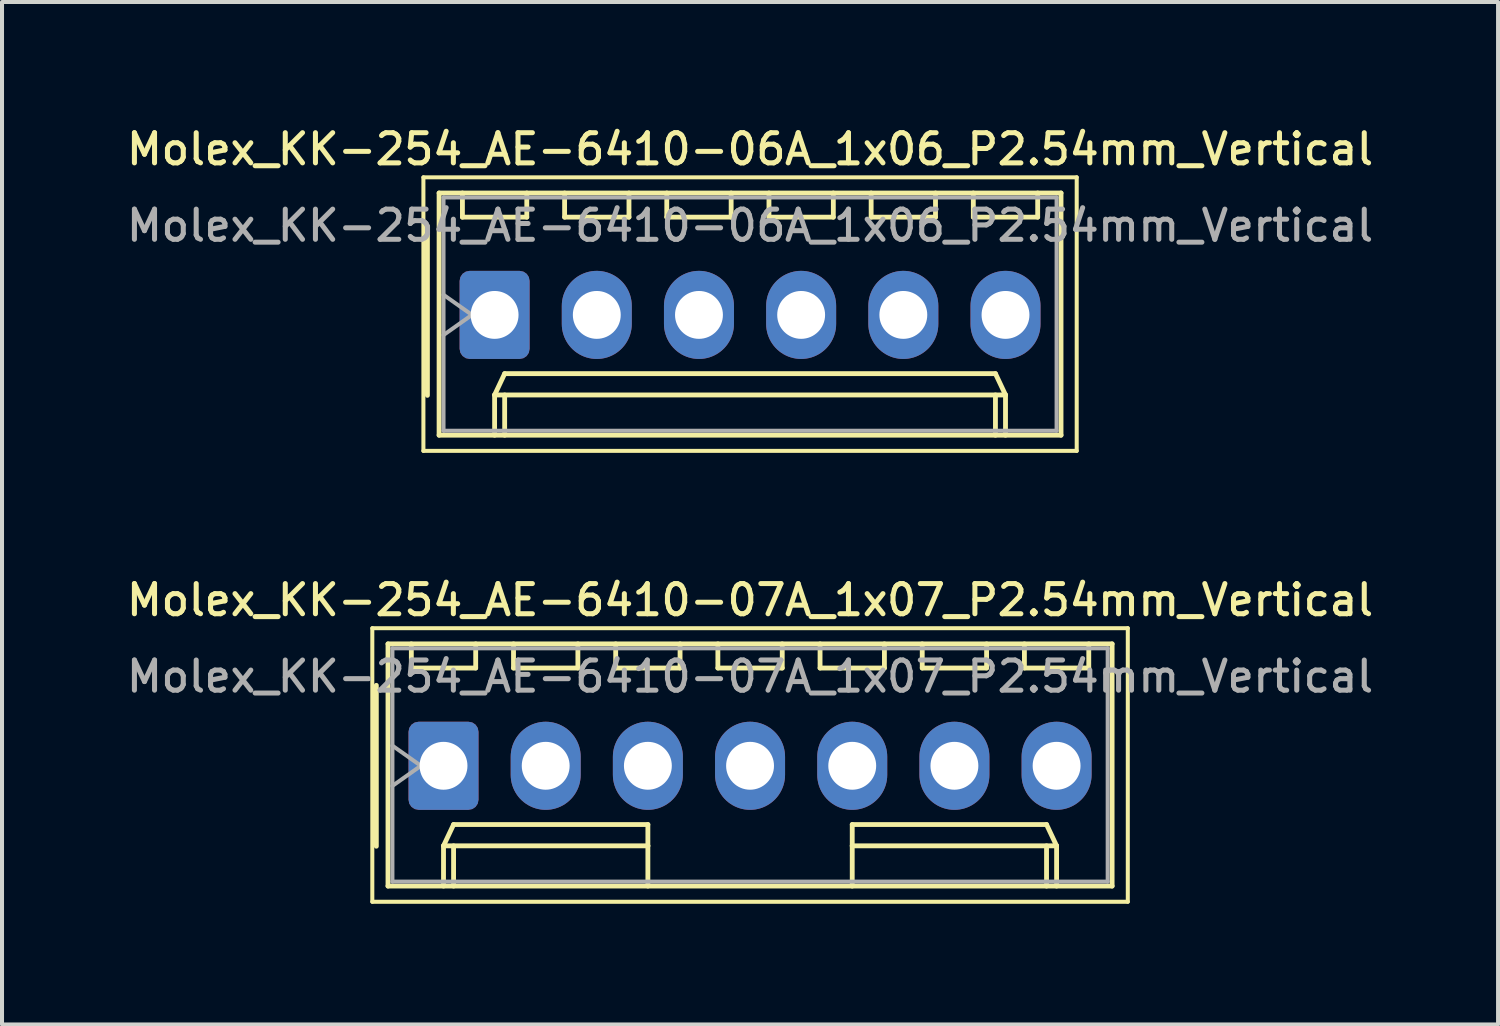
<source format=kicad_pcb>
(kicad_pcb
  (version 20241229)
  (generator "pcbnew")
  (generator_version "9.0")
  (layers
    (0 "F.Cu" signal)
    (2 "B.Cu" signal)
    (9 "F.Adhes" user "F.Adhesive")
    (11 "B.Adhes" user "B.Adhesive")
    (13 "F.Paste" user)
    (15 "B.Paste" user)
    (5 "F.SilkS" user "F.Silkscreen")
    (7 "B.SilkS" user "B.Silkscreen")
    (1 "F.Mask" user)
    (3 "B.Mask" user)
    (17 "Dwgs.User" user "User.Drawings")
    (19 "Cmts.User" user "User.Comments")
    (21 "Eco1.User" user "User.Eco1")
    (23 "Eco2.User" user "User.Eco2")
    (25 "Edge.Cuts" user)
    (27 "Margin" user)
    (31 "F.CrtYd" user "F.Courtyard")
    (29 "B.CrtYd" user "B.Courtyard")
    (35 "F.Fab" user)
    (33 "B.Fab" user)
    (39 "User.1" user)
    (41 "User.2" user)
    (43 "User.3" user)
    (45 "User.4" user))
  (footprint "Molex_KK-254_AE-6410-06A_1x06_P2.54mm_Vertical"
    (layer "F.Cu")
    (at 9.245 4.778)
    (property "Reference" "Molex_KK-254_AE-6410-06A_1x06_P2.54mm_Vertical" (at 6.35 -4.12 0) (layer "F.SilkS") (effects (font (size 0.75 0.75) (thickness 0.125))))
    (attr through_hole)
    (fp_line (start -1.77 -3.42) (end -1.77 3.38) (stroke (width 0.1) (type solid)) (layer "F.SilkS"))
    (fp_line (start -1.77 3.38) (end 14.47 3.38) (stroke (width 0.1) (type solid)) (layer "F.SilkS"))
    (fp_line (start -1.67 -2) (end -1.67 2) (stroke (width 0.12) (type solid)) (layer "F.SilkS"))
    (fp_line (start -1.38 -3.03) (end -1.38 2.99) (stroke (width 0.12) (type solid)) (layer "F.SilkS"))
    (fp_line (start -1.38 2.99) (end 14.08 2.99) (stroke (width 0.12) (type solid)) (layer "F.SilkS"))
    (fp_line (start -0.8 -3.03) (end -0.8 -2.43) (stroke (width 0.12) (type solid)) (layer "F.SilkS"))
    (fp_line (start -0.8 -2.43) (end 0.8 -2.43) (stroke (width 0.12) (type solid)) (layer "F.SilkS"))
    (fp_line (start 0 1.99) (end 0.25 1.46) (stroke (width 0.12) (type solid)) (layer "F.SilkS"))
    (fp_line (start 0 1.99) (end 12.7 1.99) (stroke (width 0.12) (type solid)) (layer "F.SilkS"))
    (fp_line (start 0 2.99) (end 0 1.99) (stroke (width 0.12) (type solid)) (layer "F.SilkS"))
    (fp_line (start 0.25 1.46) (end 12.45 1.46) (stroke (width 0.12) (type solid)) (layer "F.SilkS"))
    (fp_line (start 0.25 2.99) (end 0.25 1.99) (stroke (width 0.12) (type solid)) (layer "F.SilkS"))
    (fp_line (start 0.8 -2.43) (end 0.8 -3.03) (stroke (width 0.12) (type solid)) (layer "F.SilkS"))
    (fp_line (start 1.74 -3.03) (end 1.74 -2.43) (stroke (width 0.12) (type solid)) (layer "F.SilkS"))
    (fp_line (start 1.74 -2.43) (end 3.34 -2.43) (stroke (width 0.12) (type solid)) (layer "F.SilkS"))
    (fp_line (start 3.34 -2.43) (end 3.34 -3.03) (stroke (width 0.12) (type solid)) (layer "F.SilkS"))
    (fp_line (start 4.28 -3.03) (end 4.28 -2.43) (stroke (width 0.12) (type solid)) (layer "F.SilkS"))
    (fp_line (start 4.28 -2.43) (end 5.88 -2.43) (stroke (width 0.12) (type solid)) (layer "F.SilkS"))
    (fp_line (start 5.88 -2.43) (end 5.88 -3.03) (stroke (width 0.12) (type solid)) (layer "F.SilkS"))
    (fp_line (start 6.82 -3.03) (end 6.82 -2.43) (stroke (width 0.12) (type solid)) (layer "F.SilkS"))
    (fp_line (start 6.82 -2.43) (end 8.42 -2.43) (stroke (width 0.12) (type solid)) (layer "F.SilkS"))
    (fp_line (start 8.42 -2.43) (end 8.42 -3.03) (stroke (width 0.12) (type solid)) (layer "F.SilkS"))
    (fp_line (start 9.36 -3.03) (end 9.36 -2.43) (stroke (width 0.12) (type solid)) (layer "F.SilkS"))
    (fp_line (start 9.36 -2.43) (end 10.96 -2.43) (stroke (width 0.12) (type solid)) (layer "F.SilkS"))
    (fp_line (start 10.96 -2.43) (end 10.96 -3.03) (stroke (width 0.12) (type solid)) (layer "F.SilkS"))
    (fp_line (start 11.9 -3.03) (end 11.9 -2.43) (stroke (width 0.12) (type solid)) (layer "F.SilkS"))
    (fp_line (start 11.9 -2.43) (end 13.5 -2.43) (stroke (width 0.12) (type solid)) (layer "F.SilkS"))
    (fp_line (start 12.45 1.46) (end 12.7 1.99) (stroke (width 0.12) (type solid)) (layer "F.SilkS"))
    (fp_line (start 12.45 2.99) (end 12.45 1.99) (stroke (width 0.12) (type solid)) (layer "F.SilkS"))
    (fp_line (start 12.7 1.99) (end 12.7 2.99) (stroke (width 0.12) (type solid)) (layer "F.SilkS"))
    (fp_line (start 13.5 -2.43) (end 13.5 -3.03) (stroke (width 0.12) (type solid)) (layer "F.SilkS"))
    (fp_line (start 14.08 -3.03) (end -1.38 -3.03) (stroke (width 0.12) (type solid)) (layer "F.SilkS"))
    (fp_line (start 14.08 2.99) (end 14.08 -3.03) (stroke (width 0.12) (type solid)) (layer "F.SilkS"))
    (fp_line (start 14.47 -3.42) (end -1.77 -3.42) (stroke (width 0.1) (type solid)) (layer "F.SilkS"))
    (fp_line (start 14.47 3.38) (end 14.47 -3.42) (stroke (width 0.1) (type solid)) (layer "F.SilkS"))
    (fp_line (start -1.27 -2.92) (end -1.27 2.88) (stroke (width 0.1) (type solid)) (layer "F.Fab"))
    (fp_line (start -1.27 -0.5) (end -0.563 0) (stroke (width 0.1) (type solid)) (layer "F.Fab"))
    (fp_line (start -1.27 2.88) (end 13.97 2.88) (stroke (width 0.1) (type solid)) (layer "F.Fab"))
    (fp_line (start -0.563 0) (end -1.27 0.5) (stroke (width 0.1) (type solid)) (layer "F.Fab"))
    (fp_line (start 13.97 -2.92) (end -1.27 -2.92) (stroke (width 0.1) (type solid)) (layer "F.Fab"))
    (fp_line (start 13.97 2.88) (end 13.97 -2.92) (stroke (width 0.1) (type solid)) (layer "F.Fab"))
    (fp_text user "${REFERENCE}" (at 6.35 -2.22 0) (layer "F.Fab") (effects (font (size 0.75 0.75) (thickness 0.125))))
    (pad "1" thru_hole roundrect (at 0 0) (size 1.74 2.19) (drill 1.19) (layers "*.Cu" "*.Mask") (roundrect_rratio 0.144))
    (pad "2" thru_hole oval (at 2.54 0) (size 1.74 2.19) (drill 1.19) (layers "*.Cu" "*.Mask"))
    (pad "3" thru_hole oval (at 5.08 0) (size 1.74 2.19) (drill 1.19) (layers "*.Cu" "*.Mask"))
    (pad "4" thru_hole oval (at 7.62 0) (size 1.74 2.19) (drill 1.19) (layers "*.Cu" "*.Mask"))
    (pad "5" thru_hole oval (at 10.16 0) (size 1.74 2.19) (drill 1.19) (layers "*.Cu" "*.Mask"))
    (pad "6" thru_hole oval (at 12.7 0) (size 1.74 2.19) (drill 1.19) (layers "*.Cu" "*.Mask")))
  (footprint "Molex_KK-254_AE-6410-07A_1x07_P2.54mm_Vertical"
    (layer "F.Cu")
    (at 7.975 15.986)
    (property "Reference" "Molex_KK-254_AE-6410-07A_1x07_P2.54mm_Vertical" (at 7.62 -4.12 0) (layer "F.SilkS") (effects (font (size 0.75 0.75) (thickness 0.125))))
    (attr through_hole)
    (fp_line (start -1.77 -3.42) (end -1.77 3.38) (stroke (width 0.1) (type solid)) (layer "F.SilkS"))
    (fp_line (start -1.77 3.38) (end 17.01 3.38) (stroke (width 0.1) (type solid)) (layer "F.SilkS"))
    (fp_line (start -1.67 -2) (end -1.67 2) (stroke (width 0.12) (type solid)) (layer "F.SilkS"))
    (fp_line (start -1.38 -3.03) (end -1.38 2.99) (stroke (width 0.12) (type solid)) (layer "F.SilkS"))
    (fp_line (start -1.38 2.99) (end 16.62 2.99) (stroke (width 0.12) (type solid)) (layer "F.SilkS"))
    (fp_line (start -0.8 -3.03) (end -0.8 -2.43) (stroke (width 0.12) (type solid)) (layer "F.SilkS"))
    (fp_line (start -0.8 -2.43) (end 0.8 -2.43) (stroke (width 0.12) (type solid)) (layer "F.SilkS"))
    (fp_line (start 0 1.99) (end 0.25 1.46) (stroke (width 0.12) (type solid)) (layer "F.SilkS"))
    (fp_line (start 0 1.99) (end 5.08 1.99) (stroke (width 0.12) (type solid)) (layer "F.SilkS"))
    (fp_line (start 0 2.99) (end 0 1.99) (stroke (width 0.12) (type solid)) (layer "F.SilkS"))
    (fp_line (start 0.25 1.46) (end 5.08 1.46) (stroke (width 0.12) (type solid)) (layer "F.SilkS"))
    (fp_line (start 0.25 2.99) (end 0.25 1.99) (stroke (width 0.12) (type solid)) (layer "F.SilkS"))
    (fp_line (start 0.8 -2.43) (end 0.8 -3.03) (stroke (width 0.12) (type solid)) (layer "F.SilkS"))
    (fp_line (start 1.74 -3.03) (end 1.74 -2.43) (stroke (width 0.12) (type solid)) (layer "F.SilkS"))
    (fp_line (start 1.74 -2.43) (end 3.34 -2.43) (stroke (width 0.12) (type solid)) (layer "F.SilkS"))
    (fp_line (start 3.34 -2.43) (end 3.34 -3.03) (stroke (width 0.12) (type solid)) (layer "F.SilkS"))
    (fp_line (start 4.28 -3.03) (end 4.28 -2.43) (stroke (width 0.12) (type solid)) (layer "F.SilkS"))
    (fp_line (start 4.28 -2.43) (end 5.88 -2.43) (stroke (width 0.12) (type solid)) (layer "F.SilkS"))
    (fp_line (start 5.08 1.46) (end 5.08 1.99) (stroke (width 0.12) (type solid)) (layer "F.SilkS"))
    (fp_line (start 5.08 1.99) (end 5.08 2.99) (stroke (width 0.12) (type solid)) (layer "F.SilkS"))
    (fp_line (start 5.88 -2.43) (end 5.88 -3.03) (stroke (width 0.12) (type solid)) (layer "F.SilkS"))
    (fp_line (start 6.82 -3.03) (end 6.82 -2.43) (stroke (width 0.12) (type solid)) (layer "F.SilkS"))
    (fp_line (start 6.82 -2.43) (end 8.42 -2.43) (stroke (width 0.12) (type solid)) (layer "F.SilkS"))
    (fp_line (start 8.42 -2.43) (end 8.42 -3.03) (stroke (width 0.12) (type solid)) (layer "F.SilkS"))
    (fp_line (start 9.36 -3.03) (end 9.36 -2.43) (stroke (width 0.12) (type solid)) (layer "F.SilkS"))
    (fp_line (start 9.36 -2.43) (end 10.96 -2.43) (stroke (width 0.12) (type solid)) (layer "F.SilkS"))
    (fp_line (start 10.16 1.46) (end 10.16 1.99) (stroke (width 0.12) (type solid)) (layer "F.SilkS"))
    (fp_line (start 10.16 1.99) (end 10.16 2.99) (stroke (width 0.12) (type solid)) (layer "F.SilkS"))
    (fp_line (start 10.96 -2.43) (end 10.96 -3.03) (stroke (width 0.12) (type solid)) (layer "F.SilkS"))
    (fp_line (start 11.9 -3.03) (end 11.9 -2.43) (stroke (width 0.12) (type solid)) (layer "F.SilkS"))
    (fp_line (start 11.9 -2.43) (end 13.5 -2.43) (stroke (width 0.12) (type solid)) (layer "F.SilkS"))
    (fp_line (start 13.5 -2.43) (end 13.5 -3.03) (stroke (width 0.12) (type solid)) (layer "F.SilkS"))
    (fp_line (start 14.44 -3.03) (end 14.44 -2.43) (stroke (width 0.12) (type solid)) (layer "F.SilkS"))
    (fp_line (start 14.44 -2.43) (end 16.04 -2.43) (stroke (width 0.12) (type solid)) (layer "F.SilkS"))
    (fp_line (start 14.99 1.46) (end 10.16 1.46) (stroke (width 0.12) (type solid)) (layer "F.SilkS"))
    (fp_line (start 14.99 2.99) (end 14.99 1.99) (stroke (width 0.12) (type solid)) (layer "F.SilkS"))
    (fp_line (start 15.24 1.99) (end 10.16 1.99) (stroke (width 0.12) (type solid)) (layer "F.SilkS"))
    (fp_line (start 15.24 1.99) (end 14.99 1.46) (stroke (width 0.12) (type solid)) (layer "F.SilkS"))
    (fp_line (start 15.24 2.99) (end 15.24 1.99) (stroke (width 0.12) (type solid)) (layer "F.SilkS"))
    (fp_line (start 16.04 -2.43) (end 16.04 -3.03) (stroke (width 0.12) (type solid)) (layer "F.SilkS"))
    (fp_line (start 16.62 -3.03) (end -1.38 -3.03) (stroke (width 0.12) (type solid)) (layer "F.SilkS"))
    (fp_line (start 16.62 2.99) (end 16.62 -3.03) (stroke (width 0.12) (type solid)) (layer "F.SilkS"))
    (fp_line (start 17.01 -3.42) (end -1.77 -3.42) (stroke (width 0.1) (type solid)) (layer "F.SilkS"))
    (fp_line (start 17.01 3.38) (end 17.01 -3.42) (stroke (width 0.1) (type solid)) (layer "F.SilkS"))
    (fp_line (start -1.27 -2.92) (end -1.27 2.88) (stroke (width 0.1) (type solid)) (layer "F.Fab"))
    (fp_line (start -1.27 -0.5) (end -0.563 0) (stroke (width 0.1) (type solid)) (layer "F.Fab"))
    (fp_line (start -1.27 2.88) (end 16.51 2.88) (stroke (width 0.1) (type solid)) (layer "F.Fab"))
    (fp_line (start -0.563 0) (end -1.27 0.5) (stroke (width 0.1) (type solid)) (layer "F.Fab"))
    (fp_line (start 16.51 -2.92) (end -1.27 -2.92) (stroke (width 0.1) (type solid)) (layer "F.Fab"))
    (fp_line (start 16.51 2.88) (end 16.51 -2.92) (stroke (width 0.1) (type solid)) (layer "F.Fab"))
    (fp_text user "${REFERENCE}" (at 7.62 -2.22 0) (layer "F.Fab") (effects (font (size 0.75 0.75) (thickness 0.125))))
    (pad "1" thru_hole roundrect (at 0 0) (size 1.74 2.19) (drill 1.19) (layers "*.Cu" "*.Mask") (roundrect_rratio 0.144))
    (pad "2" thru_hole oval (at 2.54 0) (size 1.74 2.19) (drill 1.19) (layers "*.Cu" "*.Mask"))
    (pad "3" thru_hole oval (at 5.08 0) (size 1.74 2.19) (drill 1.19) (layers "*.Cu" "*.Mask"))
    (pad "4" thru_hole oval (at 7.62 0) (size 1.74 2.19) (drill 1.19) (layers "*.Cu" "*.Mask"))
    (pad "5" thru_hole oval (at 10.16 0) (size 1.74 2.19) (drill 1.19) (layers "*.Cu" "*.Mask"))
    (pad "6" thru_hole oval (at 12.7 0) (size 1.74 2.19) (drill 1.19) (layers "*.Cu" "*.Mask"))
    (pad "7" thru_hole oval (at 15.24 0) (size 1.74 2.19) (drill 1.19) (layers "*.Cu" "*.Mask")))
  (gr_rect
    (start -3 -3)
    (end 34.189 22.416)
    (stroke (width 0.1) (type default))
    (fill no)
    (layer "Edge.Cuts")))
</source>
